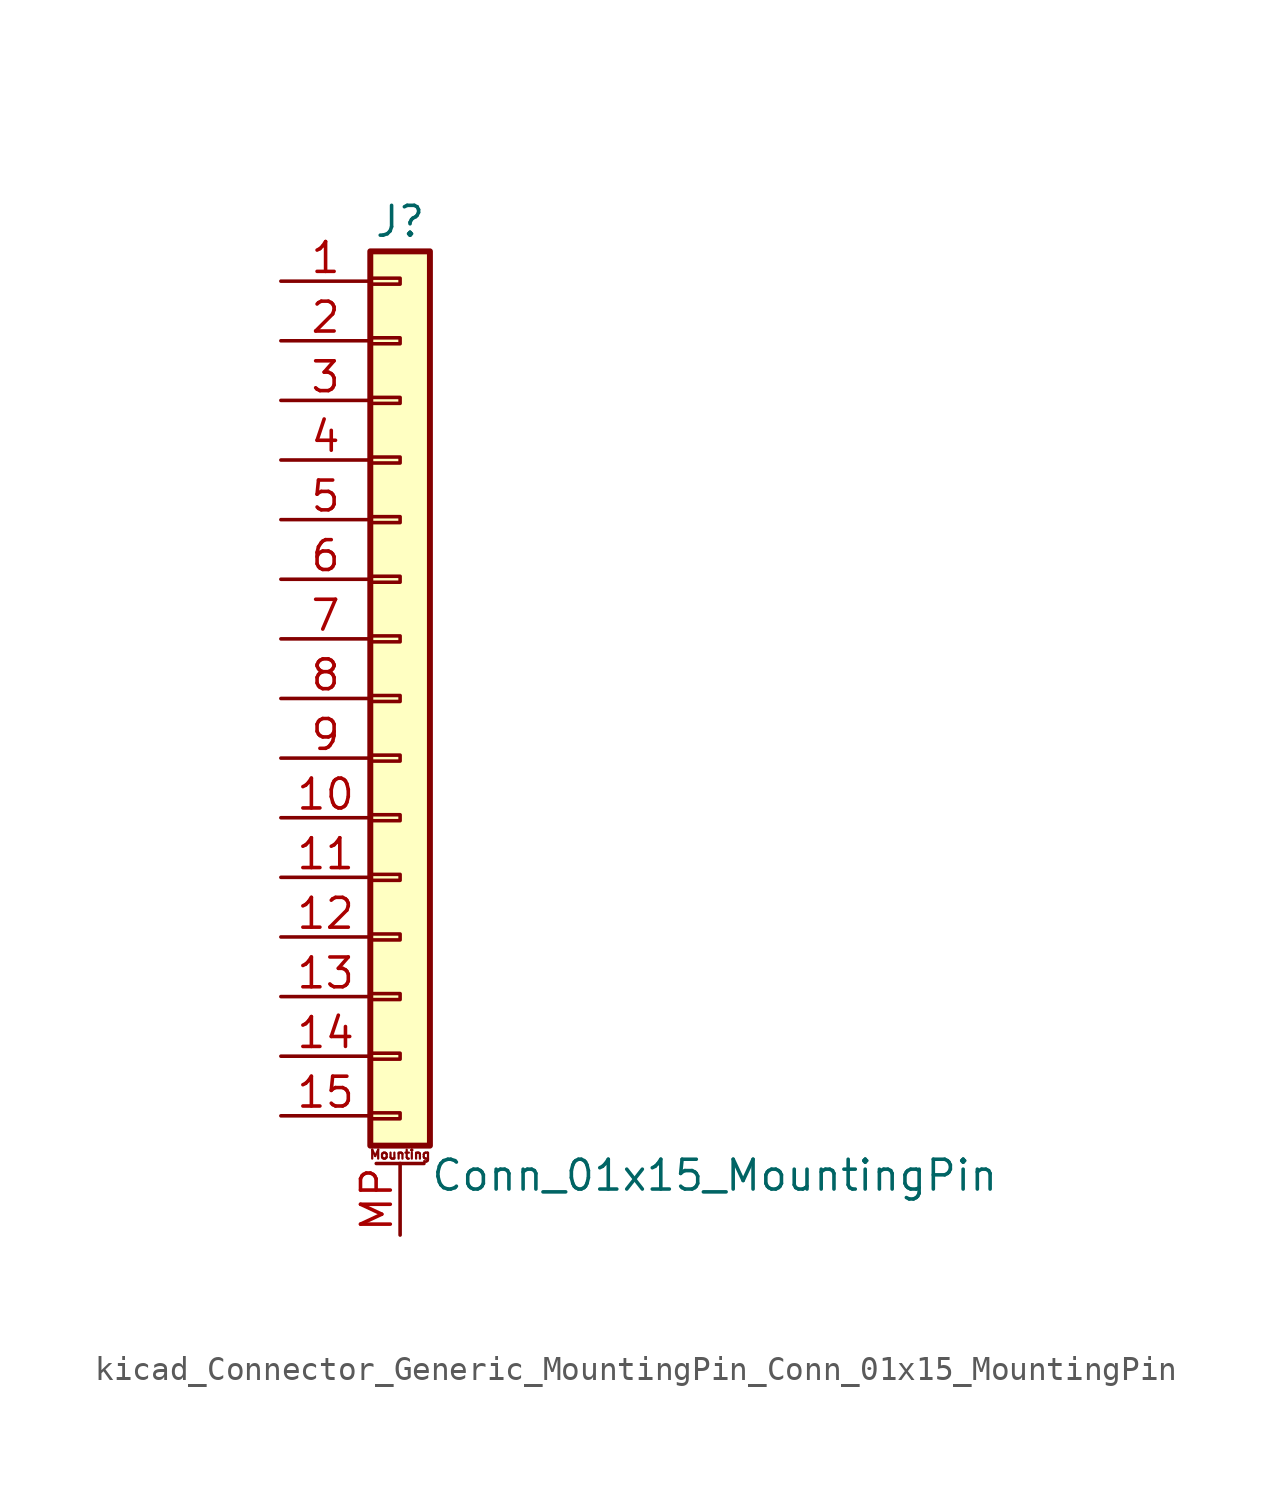
<source format=kicad_sym>
(kicad_symbol_lib
  (version 20220914)
  (generator kicad_symbol_editor)
  (symbol "kicad_Connector_Generic_MountingPin_Conn_01x15_MountingPin"
    (pin_names
      (offset 1.016) hide)
    (property "Reference" "J"
      (at 0 20.32 0)
      (effects (font (size 1.27 1.27))))
    (property "Value" "Conn_01x15_MountingPin"
      (at 1.27 -20.32 0)
      (effects (font (size 1.27 1.27)) (justify left)))
    (symbol "kicad_Connector_Generic_MountingPin_Conn_01x15_MountingPin_1_1"
      (rectangle (start -1.27 -17.653) (end 0 -17.907) (stroke (width 0.152) (type default)) (fill (type none)))
      (rectangle (start -1.27 -15.113) (end 0 -15.367) (stroke (width 0.152) (type default)) (fill (type none)))
      (rectangle (start -1.27 -12.573) (end 0 -12.827) (stroke (width 0.152) (type default)) (fill (type none)))
      (rectangle (start -1.27 -10.033) (end 0 -10.287) (stroke (width 0.152) (type default)) (fill (type none)))
      (rectangle (start -1.27 -7.493) (end 0 -7.747) (stroke (width 0.152) (type default)) (fill (type none)))
      (rectangle (start -1.27 -4.953) (end 0 -5.207) (stroke (width 0.152) (type default)) (fill (type none)))
      (rectangle (start -1.27 -2.413) (end 0 -2.667) (stroke (width 0.152) (type default)) (fill (type none)))
      (rectangle (start -1.27 0.127) (end 0 -0.127) (stroke (width 0.152) (type default)) (fill (type none)))
      (rectangle (start -1.27 2.667) (end 0 2.413) (stroke (width 0.152) (type default)) (fill (type none)))
      (rectangle (start -1.27 5.207) (end 0 4.953) (stroke (width 0.152) (type default)) (fill (type none)))
      (rectangle (start -1.27 7.747) (end 0 7.493) (stroke (width 0.152) (type default)) (fill (type none)))
      (rectangle (start -1.27 10.287) (end 0 10.033) (stroke (width 0.152) (type default)) (fill (type none)))
      (rectangle (start -1.27 12.827) (end 0 12.573) (stroke (width 0.152) (type default)) (fill (type none)))
      (rectangle (start -1.27 15.367) (end 0 15.113) (stroke (width 0.152) (type default)) (fill (type none)))
      (rectangle (start -1.27 17.907) (end 0 17.653) (stroke (width 0.152) (type default)) (fill (type none)))
      (rectangle (start -1.27 19.05) (end 1.27 -19.05) (stroke (width 0.254) (type default)) (fill (type background)))
      (polyline (pts (xy -1.016 -19.812) (xy 1.016 -19.812)) (stroke (width 0.152) (type default)) (fill (type none)))
      (text "Mounting" (at 0 -19.431 0) (effects (font (size 0.381 0.381))))
      (pin passive line (at -5.08 17.78 0) (length 3.81) (name "Pin_1" (effects (font (size 1.27 1.27)))) (number "1" (effects (font (size 1.27 1.27)))))
      (pin passive line (at -5.08 -5.08 0) (length 3.81) (name "Pin_10" (effects (font (size 1.27 1.27)))) (number "10" (effects (font (size 1.27 1.27)))))
      (pin passive line (at -5.08 -7.62 0) (length 3.81) (name "Pin_11" (effects (font (size 1.27 1.27)))) (number "11" (effects (font (size 1.27 1.27)))))
      (pin passive line (at -5.08 -10.16 0) (length 3.81) (name "Pin_12" (effects (font (size 1.27 1.27)))) (number "12" (effects (font (size 1.27 1.27)))))
      (pin passive line (at -5.08 -12.7 0) (length 3.81) (name "Pin_13" (effects (font (size 1.27 1.27)))) (number "13" (effects (font (size 1.27 1.27)))))
      (pin passive line (at -5.08 -15.24 0) (length 3.81) (name "Pin_14" (effects (font (size 1.27 1.27)))) (number "14" (effects (font (size 1.27 1.27)))))
      (pin passive line (at -5.08 -17.78 0) (length 3.81) (name "Pin_15" (effects (font (size 1.27 1.27)))) (number "15" (effects (font (size 1.27 1.27)))))
      (pin passive line (at -5.08 15.24 0) (length 3.81) (name "Pin_2" (effects (font (size 1.27 1.27)))) (number "2" (effects (font (size 1.27 1.27)))))
      (pin passive line (at -5.08 12.7 0) (length 3.81) (name "Pin_3" (effects (font (size 1.27 1.27)))) (number "3" (effects (font (size 1.27 1.27)))))
      (pin passive line (at -5.08 10.16 0) (length 3.81) (name "Pin_4" (effects (font (size 1.27 1.27)))) (number "4" (effects (font (size 1.27 1.27)))))
      (pin passive line (at -5.08 7.62 0) (length 3.81) (name "Pin_5" (effects (font (size 1.27 1.27)))) (number "5" (effects (font (size 1.27 1.27)))))
      (pin passive line (at -5.08 5.08 0) (length 3.81) (name "Pin_6" (effects (font (size 1.27 1.27)))) (number "6" (effects (font (size 1.27 1.27)))))
      (pin passive line (at -5.08 2.54 0) (length 3.81) (name "Pin_7" (effects (font (size 1.27 1.27)))) (number "7" (effects (font (size 1.27 1.27)))))
      (pin passive line (at -5.08 0 0) (length 3.81) (name "Pin_8" (effects (font (size 1.27 1.27)))) (number "8" (effects (font (size 1.27 1.27)))))
      (pin passive line (at -5.08 -2.54 0) (length 3.81) (name "Pin_9" (effects (font (size 1.27 1.27)))) (number "9" (effects (font (size 1.27 1.27)))))
      (pin passive line (at 0 -22.86 90) (length 3.048) (name "MountPin" (effects (font (size 1.27 1.27)))) (number "MP" (effects (font (size 1.27 1.27))))))))
</source>
